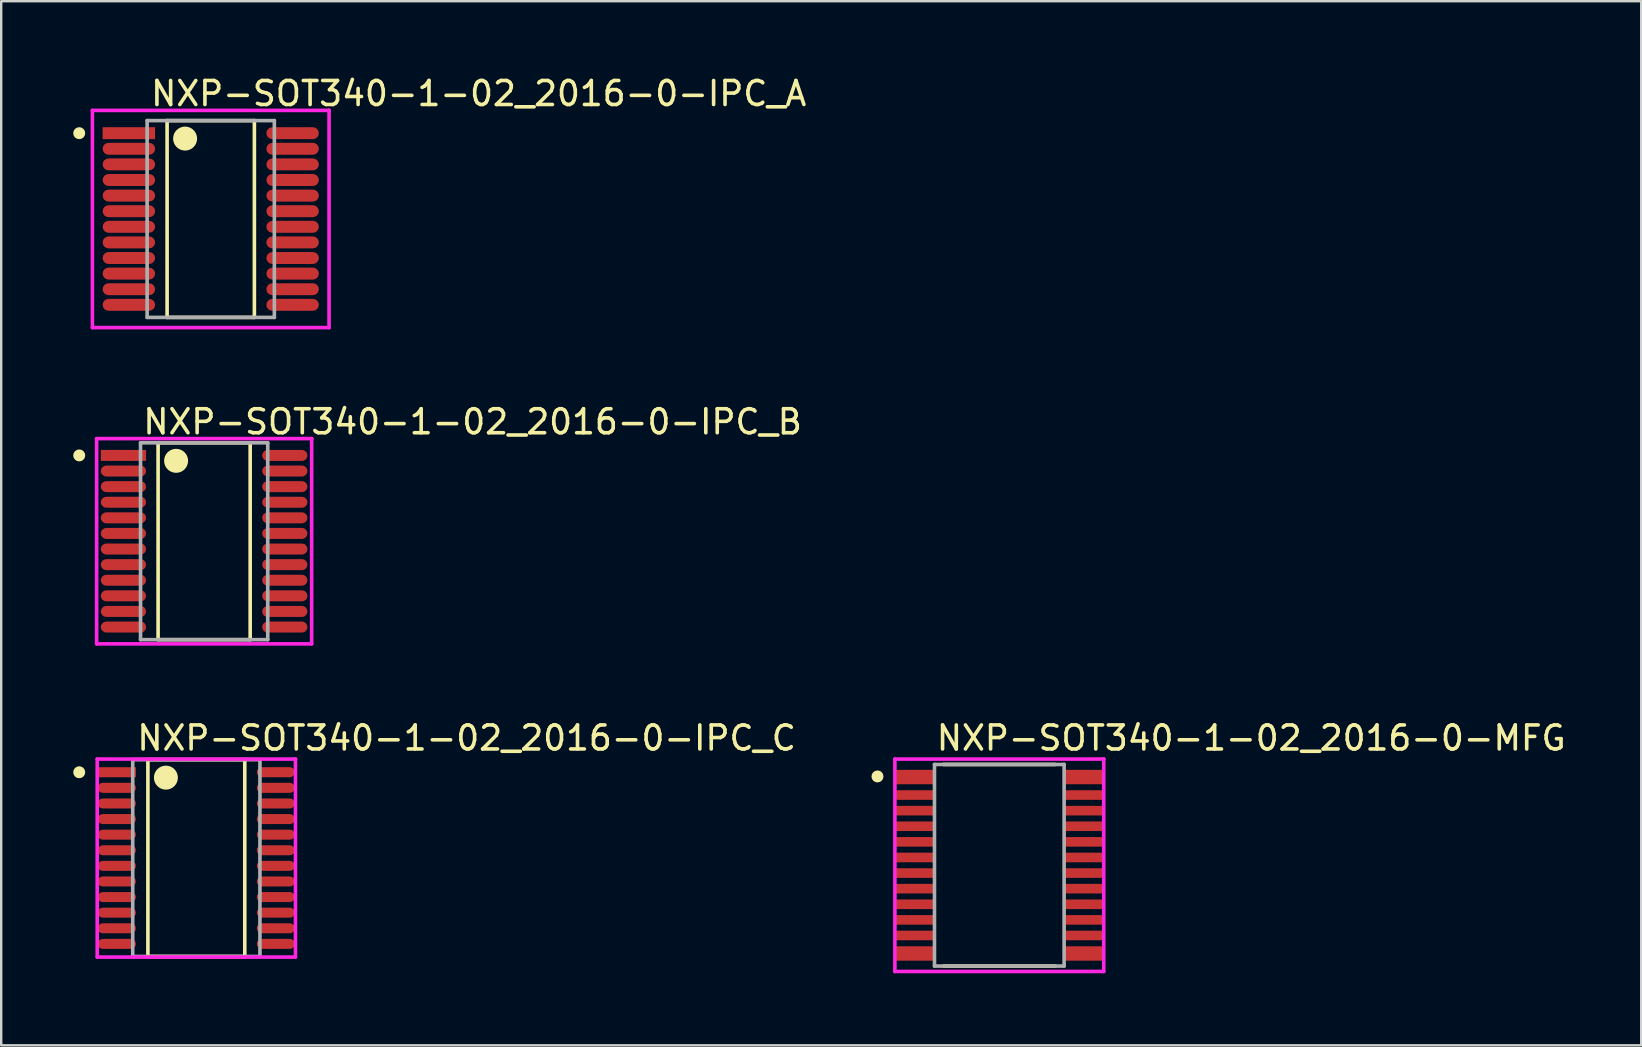
<source format=kicad_pcb>
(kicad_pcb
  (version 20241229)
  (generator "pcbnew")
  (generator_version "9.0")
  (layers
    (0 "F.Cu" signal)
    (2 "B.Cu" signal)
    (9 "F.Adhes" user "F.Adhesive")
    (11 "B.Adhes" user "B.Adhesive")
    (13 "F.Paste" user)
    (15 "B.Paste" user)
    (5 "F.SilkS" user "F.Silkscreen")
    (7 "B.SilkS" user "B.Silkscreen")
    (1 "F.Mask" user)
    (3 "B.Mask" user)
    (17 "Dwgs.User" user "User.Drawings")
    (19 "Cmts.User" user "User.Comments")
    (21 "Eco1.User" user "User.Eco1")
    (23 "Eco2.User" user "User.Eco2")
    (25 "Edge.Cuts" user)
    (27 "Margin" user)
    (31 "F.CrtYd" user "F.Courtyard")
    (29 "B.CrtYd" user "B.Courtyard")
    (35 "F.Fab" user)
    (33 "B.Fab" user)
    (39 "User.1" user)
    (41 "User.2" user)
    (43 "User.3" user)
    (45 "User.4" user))
  (footprint "NXP-SOT340-1-02_2016-0-IPC_B"
    (layer "F.Cu")
    (at 5.454 19.497)
    (property "Reference" "NXP-SOT340-1-02_2016-0-IPC_B" (at -2.629 -4.975 0) (layer "F.SilkS") (effects (font (size 1 1) (thickness 0.15)) (justify left)))
    (attr through_hole)
    (fp_line (start -1.918 -4.1) (end 1.918 -4.1) (stroke (width 0.15) (type solid)) (layer "F.SilkS"))
    (fp_line (start -1.918 4.1) (end -1.918 -4.1) (stroke (width 0.15) (type solid)) (layer "F.SilkS"))
    (fp_line (start 1.918 -4.1) (end 1.918 4.1) (stroke (width 0.15) (type solid)) (layer "F.SilkS"))
    (fp_line (start 1.918 4.1) (end -1.918 4.1) (stroke (width 0.15) (type solid)) (layer "F.SilkS"))
    (fp_circle (center -5.204 -3.575) (end -5.079 -3.575) (stroke (width 0.25) (type solid)) (fill no) (layer "F.SilkS"))
    (fp_circle (center -1.168 -3.35) (end -0.918 -3.35) (stroke (width 0.5) (type solid)) (fill no) (layer "F.SilkS"))
    (fp_line (start -4.479 -4.275) (end -4.479 4.275) (stroke (width 0.15) (type solid)) (layer "F.CrtYd"))
    (fp_line (start -4.479 4.275) (end 4.479 4.275) (stroke (width 0.15) (type solid)) (layer "F.CrtYd"))
    (fp_line (start 4.479 -4.275) (end -4.479 -4.275) (stroke (width 0.15) (type solid)) (layer "F.CrtYd"))
    (fp_line (start 4.479 -4.275) (end 4.479 -4.275) (stroke (width 0.15) (type solid)) (layer "F.CrtYd"))
    (fp_line (start 4.479 4.275) (end 4.479 -4.275) (stroke (width 0.15) (type solid)) (layer "F.CrtYd"))
    (fp_line (start -2.65 -4.1) (end 2.65 -4.1) (stroke (width 0.15) (type solid)) (layer "F.Fab"))
    (fp_line (start -2.65 4.1) (end -2.65 -4.1) (stroke (width 0.15) (type solid)) (layer "F.Fab"))
    (fp_line (start 2.65 -4.1) (end 2.65 4.1) (stroke (width 0.15) (type solid)) (layer "F.Fab"))
    (fp_line (start 2.65 4.1) (end -2.65 4.1) (stroke (width 0.15) (type solid)) (layer "F.Fab"))
    (pad "1" smd rect (at -3.361 -3.575) (size 1.886 0.458) (layers "F.Cu" "F.Mask" "F.Paste"))
    (pad "2" smd roundrect (at -3.361 -2.925) (size 1.886 0.458) (layers "F.Cu" "F.Mask" "F.Paste") (roundrect_rratio 0.5))
    (pad "3" smd roundrect (at -3.361 -2.275) (size 1.886 0.458) (layers "F.Cu" "F.Mask" "F.Paste") (roundrect_rratio 0.5))
    (pad "4" smd roundrect (at -3.361 -1.625) (size 1.886 0.458) (layers "F.Cu" "F.Mask" "F.Paste") (roundrect_rratio 0.5))
    (pad "5" smd roundrect (at -3.361 -0.975) (size 1.886 0.458) (layers "F.Cu" "F.Mask" "F.Paste") (roundrect_rratio 0.5))
    (pad "6" smd roundrect (at -3.361 -0.325) (size 1.886 0.458) (layers "F.Cu" "F.Mask" "F.Paste") (roundrect_rratio 0.5))
    (pad "7" smd roundrect (at -3.361 0.325) (size 1.886 0.458) (layers "F.Cu" "F.Mask" "F.Paste") (roundrect_rratio 0.5))
    (pad "8" smd roundrect (at -3.361 0.975) (size 1.886 0.458) (layers "F.Cu" "F.Mask" "F.Paste") (roundrect_rratio 0.5))
    (pad "9" smd roundrect (at -3.361 1.625) (size 1.886 0.458) (layers "F.Cu" "F.Mask" "F.Paste") (roundrect_rratio 0.5))
    (pad "10" smd roundrect (at -3.361 2.275) (size 1.886 0.458) (layers "F.Cu" "F.Mask" "F.Paste") (roundrect_rratio 0.5))
    (pad "11" smd roundrect (at -3.361 2.925) (size 1.886 0.458) (layers "F.Cu" "F.Mask" "F.Paste") (roundrect_rratio 0.5))
    (pad "12" smd roundrect (at -3.361 3.575) (size 1.886 0.458) (layers "F.Cu" "F.Mask" "F.Paste") (roundrect_rratio 0.5))
    (pad "13" smd roundrect (at 3.361 3.575) (size 1.886 0.458) (layers "F.Cu" "F.Mask" "F.Paste") (roundrect_rratio 0.5))
    (pad "14" smd roundrect (at 3.361 2.925) (size 1.886 0.458) (layers "F.Cu" "F.Mask" "F.Paste") (roundrect_rratio 0.5))
    (pad "15" smd roundrect (at 3.361 2.275) (size 1.886 0.458) (layers "F.Cu" "F.Mask" "F.Paste") (roundrect_rratio 0.5))
    (pad "16" smd roundrect (at 3.361 1.625) (size 1.886 0.458) (layers "F.Cu" "F.Mask" "F.Paste") (roundrect_rratio 0.5))
    (pad "17" smd roundrect (at 3.361 0.975) (size 1.886 0.458) (layers "F.Cu" "F.Mask" "F.Paste") (roundrect_rratio 0.5))
    (pad "18" smd roundrect (at 3.361 0.325) (size 1.886 0.458) (layers "F.Cu" "F.Mask" "F.Paste") (roundrect_rratio 0.5))
    (pad "19" smd roundrect (at 3.361 -0.325) (size 1.886 0.458) (layers "F.Cu" "F.Mask" "F.Paste") (roundrect_rratio 0.5))
    (pad "20" smd roundrect (at 3.361 -0.975) (size 1.886 0.458) (layers "F.Cu" "F.Mask" "F.Paste") (roundrect_rratio 0.5))
    (pad "21" smd roundrect (at 3.361 -1.625) (size 1.886 0.458) (layers "F.Cu" "F.Mask" "F.Paste") (roundrect_rratio 0.5))
    (pad "22" smd roundrect (at 3.361 -2.275) (size 1.886 0.458) (layers "F.Cu" "F.Mask" "F.Paste") (roundrect_rratio 0.5))
    (pad "23" smd roundrect (at 3.361 -2.925) (size 1.886 0.458) (layers "F.Cu" "F.Mask" "F.Paste") (roundrect_rratio 0.5))
    (pad "24" smd roundrect (at 3.361 -3.575) (size 1.886 0.458) (layers "F.Cu" "F.Mask" "F.Paste") (roundrect_rratio 0.5)))
  (footprint "NXP-SOT340-1-02_2016-0-IPC_A"
    (layer "F.Cu")
    (at 5.729 6.073)
    (property "Reference" "NXP-SOT340-1-02_2016-0-IPC_A" (at -2.579 -5.225 0) (layer "F.SilkS") (effects (font (size 1 1) (thickness 0.15)) (justify left)))
    (attr through_hole)
    (fp_line (start -1.818 -4.1) (end 1.818 -4.1) (stroke (width 0.15) (type solid)) (layer "F.SilkS"))
    (fp_line (start -1.818 4.1) (end -1.818 -4.1) (stroke (width 0.15) (type solid)) (layer "F.SilkS"))
    (fp_line (start 1.818 -4.1) (end 1.818 4.1) (stroke (width 0.15) (type solid)) (layer "F.SilkS"))
    (fp_line (start 1.818 4.1) (end -1.818 4.1) (stroke (width 0.15) (type solid)) (layer "F.SilkS"))
    (fp_circle (center -5.479 -3.575) (end -5.354 -3.575) (stroke (width 0.25) (type solid)) (fill no) (layer "F.SilkS"))
    (fp_circle (center -1.068 -3.35) (end -0.818 -3.35) (stroke (width 0.5) (type solid)) (fill no) (layer "F.SilkS"))
    (fp_line (start -4.929 -4.525) (end -4.929 4.525) (stroke (width 0.15) (type solid)) (layer "F.CrtYd"))
    (fp_line (start -4.929 4.525) (end 4.929 4.525) (stroke (width 0.15) (type solid)) (layer "F.CrtYd"))
    (fp_line (start 4.929 -4.525) (end -4.929 -4.525) (stroke (width 0.15) (type solid)) (layer "F.CrtYd"))
    (fp_line (start 4.929 -4.525) (end 4.929 -4.525) (stroke (width 0.15) (type solid)) (layer "F.CrtYd"))
    (fp_line (start 4.929 4.525) (end 4.929 -4.525) (stroke (width 0.15) (type solid)) (layer "F.CrtYd"))
    (fp_line (start -2.65 -4.1) (end 2.65 -4.1) (stroke (width 0.15) (type solid)) (layer "F.Fab"))
    (fp_line (start -2.65 4.1) (end -2.65 -4.1) (stroke (width 0.15) (type solid)) (layer "F.Fab"))
    (fp_line (start 2.65 -4.1) (end 2.65 4.1) (stroke (width 0.15) (type solid)) (layer "F.Fab"))
    (fp_line (start 2.65 4.1) (end -2.65 4.1) (stroke (width 0.15) (type solid)) (layer "F.Fab"))
    (pad "1" smd rect (at -3.411 -3.575) (size 2.186 0.498) (layers "F.Cu" "F.Mask" "F.Paste"))
    (pad "2" smd roundrect (at -3.411 -2.925) (size 2.186 0.498) (layers "F.Cu" "F.Mask" "F.Paste") (roundrect_rratio 0.5))
    (pad "3" smd roundrect (at -3.411 -2.275) (size 2.186 0.498) (layers "F.Cu" "F.Mask" "F.Paste") (roundrect_rratio 0.5))
    (pad "4" smd roundrect (at -3.411 -1.625) (size 2.186 0.498) (layers "F.Cu" "F.Mask" "F.Paste") (roundrect_rratio 0.5))
    (pad "5" smd roundrect (at -3.411 -0.975) (size 2.186 0.498) (layers "F.Cu" "F.Mask" "F.Paste") (roundrect_rratio 0.5))
    (pad "6" smd roundrect (at -3.411 -0.325) (size 2.186 0.498) (layers "F.Cu" "F.Mask" "F.Paste") (roundrect_rratio 0.5))
    (pad "7" smd roundrect (at -3.411 0.325) (size 2.186 0.498) (layers "F.Cu" "F.Mask" "F.Paste") (roundrect_rratio 0.5))
    (pad "8" smd roundrect (at -3.411 0.975) (size 2.186 0.498) (layers "F.Cu" "F.Mask" "F.Paste") (roundrect_rratio 0.5))
    (pad "9" smd roundrect (at -3.411 1.625) (size 2.186 0.498) (layers "F.Cu" "F.Mask" "F.Paste") (roundrect_rratio 0.5))
    (pad "10" smd roundrect (at -3.411 2.275) (size 2.186 0.498) (layers "F.Cu" "F.Mask" "F.Paste") (roundrect_rratio 0.5))
    (pad "11" smd roundrect (at -3.411 2.925) (size 2.186 0.498) (layers "F.Cu" "F.Mask" "F.Paste") (roundrect_rratio 0.5))
    (pad "12" smd roundrect (at -3.411 3.575) (size 2.186 0.498) (layers "F.Cu" "F.Mask" "F.Paste") (roundrect_rratio 0.5))
    (pad "13" smd roundrect (at 3.411 3.575) (size 2.186 0.498) (layers "F.Cu" "F.Mask" "F.Paste") (roundrect_rratio 0.5))
    (pad "14" smd roundrect (at 3.411 2.925) (size 2.186 0.498) (layers "F.Cu" "F.Mask" "F.Paste") (roundrect_rratio 0.5))
    (pad "15" smd roundrect (at 3.411 2.275) (size 2.186 0.498) (layers "F.Cu" "F.Mask" "F.Paste") (roundrect_rratio 0.5))
    (pad "16" smd roundrect (at 3.411 1.625) (size 2.186 0.498) (layers "F.Cu" "F.Mask" "F.Paste") (roundrect_rratio 0.5))
    (pad "17" smd roundrect (at 3.411 0.975) (size 2.186 0.498) (layers "F.Cu" "F.Mask" "F.Paste") (roundrect_rratio 0.5))
    (pad "18" smd roundrect (at 3.411 0.325) (size 2.186 0.498) (layers "F.Cu" "F.Mask" "F.Paste") (roundrect_rratio 0.5))
    (pad "19" smd roundrect (at 3.411 -0.325) (size 2.186 0.498) (layers "F.Cu" "F.Mask" "F.Paste") (roundrect_rratio 0.5))
    (pad "20" smd roundrect (at 3.411 -0.975) (size 2.186 0.498) (layers "F.Cu" "F.Mask" "F.Paste") (roundrect_rratio 0.5))
    (pad "21" smd roundrect (at 3.411 -1.625) (size 2.186 0.498) (layers "F.Cu" "F.Mask" "F.Paste") (roundrect_rratio 0.5))
    (pad "22" smd roundrect (at 3.411 -2.275) (size 2.186 0.498) (layers "F.Cu" "F.Mask" "F.Paste") (roundrect_rratio 0.5))
    (pad "23" smd roundrect (at 3.411 -2.925) (size 2.186 0.498) (layers "F.Cu" "F.Mask" "F.Paste") (roundrect_rratio 0.5))
    (pad "24" smd roundrect (at 3.411 -3.575) (size 2.186 0.498) (layers "F.Cu" "F.Mask" "F.Paste") (roundrect_rratio 0.5)))
  (footprint "NXP-SOT340-1-02_2016-0-IPC_C"
    (layer "F.Cu")
    (at 5.129 32.695)
    (property "Reference" "NXP-SOT340-1-02_2016-0-IPC_C" (at -2.554 -5 0) (layer "F.SilkS") (effects (font (size 1 1) (thickness 0.15)) (justify left)))
    (attr through_hole)
    (fp_line (start -2.018 -4.1) (end 2.018 -4.1) (stroke (width 0.15) (type solid)) (layer "F.SilkS"))
    (fp_line (start -2.018 4.1) (end -2.018 -4.1) (stroke (width 0.15) (type solid)) (layer "F.SilkS"))
    (fp_line (start 2.018 -4.1) (end 2.018 4.1) (stroke (width 0.15) (type solid)) (layer "F.SilkS"))
    (fp_line (start 2.018 4.1) (end -2.018 4.1) (stroke (width 0.15) (type solid)) (layer "F.SilkS"))
    (fp_circle (center -4.879 -3.575) (end -4.754 -3.575) (stroke (width 0.25) (type solid)) (fill no) (layer "F.SilkS"))
    (fp_circle (center -1.268 -3.35) (end -1.018 -3.35) (stroke (width 0.5) (type solid)) (fill no) (layer "F.SilkS"))
    (fp_line (start -4.129 -4.125) (end -4.129 4.125) (stroke (width 0.15) (type solid)) (layer "F.CrtYd"))
    (fp_line (start -4.129 4.125) (end 4.129 4.125) (stroke (width 0.15) (type solid)) (layer "F.CrtYd"))
    (fp_line (start 4.129 -4.125) (end -4.129 -4.125) (stroke (width 0.15) (type solid)) (layer "F.CrtYd"))
    (fp_line (start 4.129 -4.125) (end 4.129 -4.125) (stroke (width 0.15) (type solid)) (layer "F.CrtYd"))
    (fp_line (start 4.129 4.125) (end 4.129 -4.125) (stroke (width 0.15) (type solid)) (layer "F.CrtYd"))
    (fp_line (start -2.65 -4.1) (end 2.65 -4.1) (stroke (width 0.15) (type solid)) (layer "F.Fab"))
    (fp_line (start -2.65 4.1) (end -2.65 -4.1) (stroke (width 0.15) (type solid)) (layer "F.Fab"))
    (fp_line (start 2.65 -4.1) (end 2.65 4.1) (stroke (width 0.15) (type solid)) (layer "F.Fab"))
    (fp_line (start 2.65 4.1) (end -2.65 4.1) (stroke (width 0.15) (type solid)) (layer "F.Fab"))
    (pad "1" smd rect (at -3.311 -3.575) (size 1.586 0.418) (layers "F.Cu" "F.Mask" "F.Paste"))
    (pad "2" smd roundrect (at -3.311 -2.925) (size 1.586 0.418) (layers "F.Cu" "F.Mask" "F.Paste") (roundrect_rratio 0.5))
    (pad "3" smd roundrect (at -3.311 -2.275) (size 1.586 0.418) (layers "F.Cu" "F.Mask" "F.Paste") (roundrect_rratio 0.5))
    (pad "4" smd roundrect (at -3.311 -1.625) (size 1.586 0.418) (layers "F.Cu" "F.Mask" "F.Paste") (roundrect_rratio 0.5))
    (pad "5" smd roundrect (at -3.311 -0.975) (size 1.586 0.418) (layers "F.Cu" "F.Mask" "F.Paste") (roundrect_rratio 0.5))
    (pad "6" smd roundrect (at -3.311 -0.325) (size 1.586 0.418) (layers "F.Cu" "F.Mask" "F.Paste") (roundrect_rratio 0.5))
    (pad "7" smd roundrect (at -3.311 0.325) (size 1.586 0.418) (layers "F.Cu" "F.Mask" "F.Paste") (roundrect_rratio 0.5))
    (pad "8" smd roundrect (at -3.311 0.975) (size 1.586 0.418) (layers "F.Cu" "F.Mask" "F.Paste") (roundrect_rratio 0.5))
    (pad "9" smd roundrect (at -3.311 1.625) (size 1.586 0.418) (layers "F.Cu" "F.Mask" "F.Paste") (roundrect_rratio 0.5))
    (pad "10" smd roundrect (at -3.311 2.275) (size 1.586 0.418) (layers "F.Cu" "F.Mask" "F.Paste") (roundrect_rratio 0.5))
    (pad "11" smd roundrect (at -3.311 2.925) (size 1.586 0.418) (layers "F.Cu" "F.Mask" "F.Paste") (roundrect_rratio 0.5))
    (pad "12" smd roundrect (at -3.311 3.575) (size 1.586 0.418) (layers "F.Cu" "F.Mask" "F.Paste") (roundrect_rratio 0.5))
    (pad "13" smd roundrect (at 3.311 3.575) (size 1.586 0.418) (layers "F.Cu" "F.Mask" "F.Paste") (roundrect_rratio 0.5))
    (pad "14" smd roundrect (at 3.311 2.925) (size 1.586 0.418) (layers "F.Cu" "F.Mask" "F.Paste") (roundrect_rratio 0.5))
    (pad "15" smd roundrect (at 3.311 2.275) (size 1.586 0.418) (layers "F.Cu" "F.Mask" "F.Paste") (roundrect_rratio 0.5))
    (pad "16" smd roundrect (at 3.311 1.625) (size 1.586 0.418) (layers "F.Cu" "F.Mask" "F.Paste") (roundrect_rratio 0.5))
    (pad "17" smd roundrect (at 3.311 0.975) (size 1.586 0.418) (layers "F.Cu" "F.Mask" "F.Paste") (roundrect_rratio 0.5))
    (pad "18" smd roundrect (at 3.311 0.325) (size 1.586 0.418) (layers "F.Cu" "F.Mask" "F.Paste") (roundrect_rratio 0.5))
    (pad "19" smd roundrect (at 3.311 -0.325) (size 1.586 0.418) (layers "F.Cu" "F.Mask" "F.Paste") (roundrect_rratio 0.5))
    (pad "20" smd roundrect (at 3.311 -0.975) (size 1.586 0.418) (layers "F.Cu" "F.Mask" "F.Paste") (roundrect_rratio 0.5))
    (pad "21" smd roundrect (at 3.311 -1.625) (size 1.586 0.418) (layers "F.Cu" "F.Mask" "F.Paste") (roundrect_rratio 0.5))
    (pad "22" smd roundrect (at 3.311 -2.275) (size 1.586 0.418) (layers "F.Cu" "F.Mask" "F.Paste") (roundrect_rratio 0.5))
    (pad "23" smd roundrect (at 3.311 -2.925) (size 1.586 0.418) (layers "F.Cu" "F.Mask" "F.Paste") (roundrect_rratio 0.5))
    (pad "24" smd roundrect (at 3.311 -3.575) (size 1.586 0.418) (layers "F.Cu" "F.Mask" "F.Paste") (roundrect_rratio 0.5)))
  (footprint "NXP-SOT340-1-02_2016-0-MFG"
    (layer "F.Cu")
    (at 38.579 32.995)
    (property "Reference" "NXP-SOT340-1-02_2016-0-MFG" (at -2.7 -5.3 0) (layer "F.SilkS") (effects (font (size 1 1) (thickness 0.15)) (justify left)))
    (attr through_hole)
    (fp_line (start -2.325 -4.2) (end 2.325 -4.2) (stroke (width 0.15) (type solid)) (layer "F.SilkS"))
    (fp_line (start -2.325 4.2) (end 2.325 4.2) (stroke (width 0.15) (type solid)) (layer "F.SilkS"))
    (fp_circle (center -5.075 -3.7) (end -4.95 -3.7) (stroke (width 0.25) (type solid)) (fill no) (layer "F.SilkS"))
    (fp_line (start -4.35 -4.425) (end -4.35 4.425) (stroke (width 0.15) (type solid)) (layer "F.CrtYd"))
    (fp_line (start -4.35 4.425) (end 4.35 4.425) (stroke (width 0.15) (type solid)) (layer "F.CrtYd"))
    (fp_line (start 4.35 -4.425) (end -4.35 -4.425) (stroke (width 0.15) (type solid)) (layer "F.CrtYd"))
    (fp_line (start 4.35 -4.425) (end 4.35 -4.425) (stroke (width 0.15) (type solid)) (layer "F.CrtYd"))
    (fp_line (start 4.35 4.425) (end 4.35 -4.425) (stroke (width 0.15) (type solid)) (layer "F.CrtYd"))
    (fp_line (start -2.7 -4.2) (end 2.7 -4.2) (stroke (width 0.15) (type solid)) (layer "F.Fab"))
    (fp_line (start -2.7 4.2) (end -2.7 -4.2) (stroke (width 0.15) (type solid)) (layer "F.Fab"))
    (fp_line (start 2.7 -4.2) (end 2.7 4.2) (stroke (width 0.15) (type solid)) (layer "F.Fab"))
    (fp_line (start 2.7 4.2) (end -2.7 4.2) (stroke (width 0.15) (type solid)) (layer "F.Fab"))
    (pad "1" smd rect (at -3.5 -3.675) (size 1.6 0.6) (layers "F.Cu" "F.Mask" "F.Paste"))
    (pad "2" smd rect (at -3.5 -2.925) (size 1.6 0.4) (layers "F.Cu" "F.Mask" "F.Paste"))
    (pad "3" smd rect (at -3.5 -2.275) (size 1.6 0.4) (layers "F.Cu" "F.Mask" "F.Paste"))
    (pad "4" smd rect (at -3.5 -1.625) (size 1.6 0.4) (layers "F.Cu" "F.Mask" "F.Paste"))
    (pad "5" smd rect (at -3.5 -0.975) (size 1.6 0.4) (layers "F.Cu" "F.Mask" "F.Paste"))
    (pad "6" smd rect (at -3.5 -0.325) (size 1.6 0.4) (layers "F.Cu" "F.Mask" "F.Paste"))
    (pad "7" smd rect (at -3.5 0.325) (size 1.6 0.4) (layers "F.Cu" "F.Mask" "F.Paste"))
    (pad "8" smd rect (at -3.5 0.975) (size 1.6 0.4) (layers "F.Cu" "F.Mask" "F.Paste"))
    (pad "9" smd rect (at -3.5 1.625) (size 1.6 0.4) (layers "F.Cu" "F.Mask" "F.Paste"))
    (pad "10" smd rect (at -3.5 2.275) (size 1.6 0.4) (layers "F.Cu" "F.Mask" "F.Paste"))
    (pad "11" smd rect (at -3.5 2.925) (size 1.6 0.4) (layers "F.Cu" "F.Mask" "F.Paste"))
    (pad "12" smd rect (at -3.5 3.675) (size 1.6 0.6) (layers "F.Cu" "F.Mask" "F.Paste"))
    (pad "13" smd rect (at 3.5 3.675) (size 1.6 0.6) (layers "F.Cu" "F.Mask" "F.Paste"))
    (pad "14" smd rect (at 3.5 2.925) (size 1.6 0.4) (layers "F.Cu" "F.Mask" "F.Paste"))
    (pad "15" smd rect (at 3.5 2.275) (size 1.6 0.4) (layers "F.Cu" "F.Mask" "F.Paste"))
    (pad "16" smd rect (at 3.5 1.625) (size 1.6 0.4) (layers "F.Cu" "F.Mask" "F.Paste"))
    (pad "17" smd rect (at 3.5 0.975) (size 1.6 0.4) (layers "F.Cu" "F.Mask" "F.Paste"))
    (pad "18" smd rect (at 3.5 0.325) (size 1.6 0.4) (layers "F.Cu" "F.Mask" "F.Paste"))
    (pad "19" smd rect (at 3.5 -0.325) (size 1.6 0.4) (layers "F.Cu" "F.Mask" "F.Paste"))
    (pad "20" smd rect (at 3.5 -0.975) (size 1.6 0.4) (layers "F.Cu" "F.Mask" "F.Paste"))
    (pad "21" smd rect (at 3.5 -1.625) (size 1.6 0.4) (layers "F.Cu" "F.Mask" "F.Paste"))
    (pad "22" smd rect (at 3.5 -2.275) (size 1.6 0.4) (layers "F.Cu" "F.Mask" "F.Paste"))
    (pad "23" smd rect (at 3.5 -2.925) (size 1.6 0.4) (layers "F.Cu" "F.Mask" "F.Paste"))
    (pad "24" smd rect (at 3.5 -3.675) (size 1.6 0.6) (layers "F.Cu" "F.Mask" "F.Paste")))
  (gr_rect
    (start -3 -3)
    (end 65.319 40.495)
    (stroke (width 0.1) (type default))
    (fill no)
    (layer "Edge.Cuts")))
</source>
